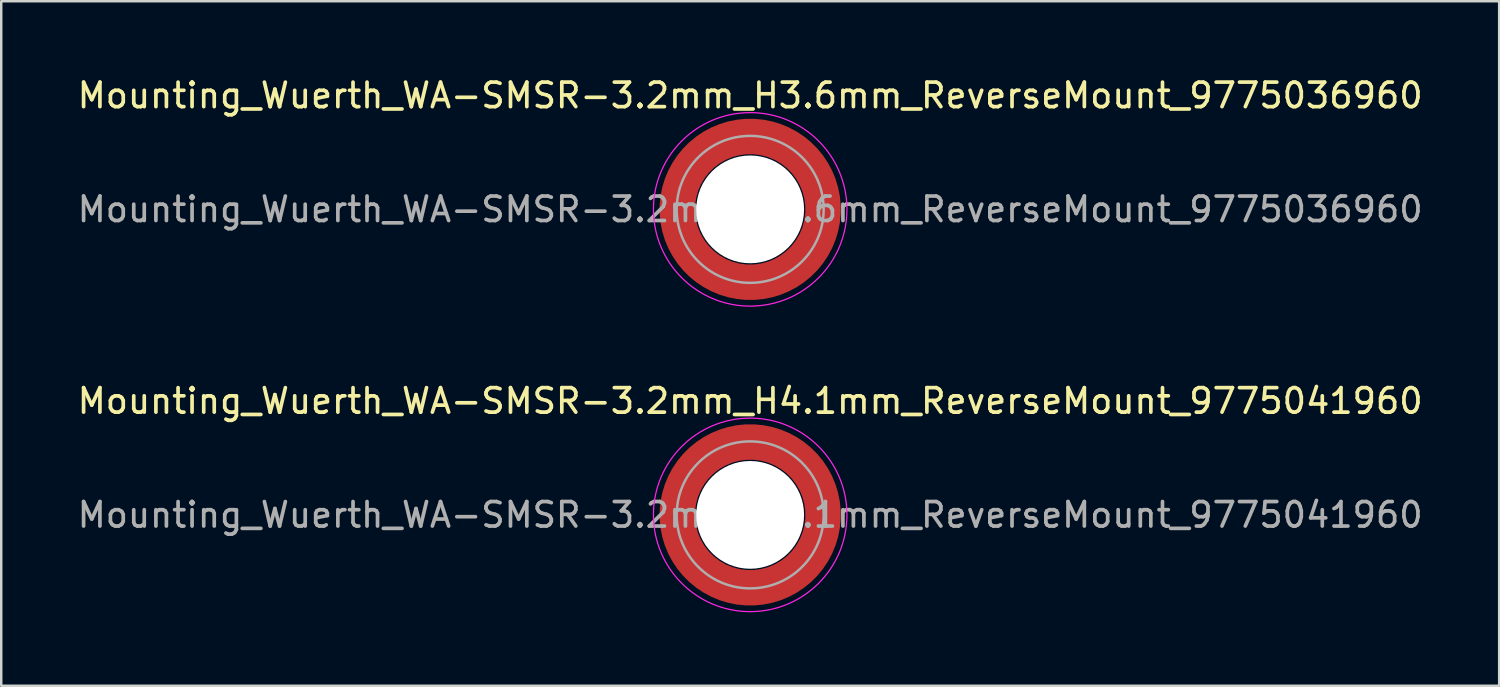
<source format=kicad_pcb>
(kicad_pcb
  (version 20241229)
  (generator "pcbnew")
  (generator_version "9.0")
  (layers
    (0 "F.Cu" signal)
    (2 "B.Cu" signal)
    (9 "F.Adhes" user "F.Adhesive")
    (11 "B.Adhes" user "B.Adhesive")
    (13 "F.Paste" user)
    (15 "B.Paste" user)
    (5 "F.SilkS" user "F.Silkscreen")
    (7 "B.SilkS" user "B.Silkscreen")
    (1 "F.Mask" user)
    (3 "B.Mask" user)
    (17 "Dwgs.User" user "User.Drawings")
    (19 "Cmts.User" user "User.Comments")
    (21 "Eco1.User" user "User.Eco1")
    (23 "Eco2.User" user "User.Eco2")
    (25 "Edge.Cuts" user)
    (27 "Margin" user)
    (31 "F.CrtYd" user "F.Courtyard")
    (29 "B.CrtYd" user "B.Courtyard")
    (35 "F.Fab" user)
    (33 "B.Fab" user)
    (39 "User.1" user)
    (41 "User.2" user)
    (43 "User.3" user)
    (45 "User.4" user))
  (footprint "Mounting_Wuerth_WA-SMSR-3.2mm_H4.1mm_ReverseMount_9775041960"
    (layer "F.Cu")
    (at 27.577 17.971)
    (property "Reference" "Mounting_Wuerth_WA-SMSR-3.2mm_H4.1mm_ReverseMount_9775041960" (at 0 -4.65 0) (layer "F.SilkS") (effects (font (size 1 1) (thickness 0.15))))
    (attr smd)
    (fp_circle (center 0 0) (end 3.95 0) (stroke (width 0.05) (type solid)) (fill no) (layer "F.CrtYd"))
    (fp_circle (center 0 0) (end 3 0) (stroke (width 0.1) (type solid)) (fill no) (layer "F.Fab"))
    (fp_text user "${REFERENCE}" (at 0 0 0) (layer "F.Fab") (effects (font (size 1 1) (thickness 0.15))))
    (pad "" smd custom (at -2.095 -2.095) (size 0.945 0.945) (layers "F.Paste") (options (anchor circle)) (primitives (gr_arc (start -0.24231 1.594804) (mid 0.404819 0.404819) (end 1.594804 -0.24231) (width 0.2)) (gr_arc (start -0.3398 1.594804) (mid 0.337349 0.337349) (end 1.594804 -0.3398) (width 0.2)) (gr_arc (start -0.437132 1.594804) (mid 0.269879 0.269879) (end 1.594804 -0.437132) (width 0.2)) (gr_arc (start -0.534324 1.594804) (mid 0.202409 0.202409) (end 1.594804 -0.534324) (width 0.2)) (gr_arc (start -0.631391 1.594804) (mid 0.134939 0.134939) (end 1.594804 -0.631391) (width 0.2)) (gr_arc (start -0.728345 1.594804) (mid 0.06747 0.06747) (end 1.594804 -0.728345) (width 0.2)) (gr_arc (start -0.825197 1.594804) (mid 0 0) (end 1.594804 -0.825197) (width 0.2)) (gr_arc (start -0.921958 1.594804) (mid -0.067469 -0.067469) (end 1.594804 -0.921958) (width 0.2)) (gr_arc (start -1.018637 1.594804) (mid -0.13494 -0.13494) (end 1.594804 -1.018637) (width 0.2)) (gr_arc (start -1.115239 1.594804) (mid -0.202409 -0.202409) (end 1.594804 -1.115239) (width 0.2)) (gr_arc (start -1.211773 1.594804) (mid -0.269879 -0.269879) (end 1.594804 -1.211773) (width 0.2)) (gr_arc (start -1.308244 1.594804) (mid -0.337349 -0.337349) (end 1.594804 -1.308244) (width 0.2)) (gr_arc (start -1.404657 1.594804) (mid -0.404819 -0.404819) (end 1.594804 -1.404657) (width 0.2)) (gr_arc (start -1.404657 1.594804) (mid -0.404819 -0.404819) (end 1.594804 -1.404657) (width 0.2)) (gr_line (start 1.595 -0.242) (end 1.595 -1.405) (width 0.2)) (gr_line (start -0.242 1.595) (end -1.405 1.595) (width 0.2))))
    (pad "" smd custom (at -2.095 2.095) (size 0.945 0.945) (layers "F.Paste") (options (anchor circle)) (primitives (gr_arc (start 1.594804 0.24231) (mid 0.404819 -0.404819) (end -0.24231 -1.594804) (width 0.2)) (gr_arc (start 1.594804 0.3398) (mid 0.337349 -0.337349) (end -0.3398 -1.594804) (width 0.2)) (gr_arc (start 1.594804 0.437132) (mid 0.269879 -0.269879) (end -0.437132 -1.594804) (width 0.2)) (gr_arc (start 1.594804 0.534324) (mid 0.202409 -0.202409) (end -0.534324 -1.594804) (width 0.2)) (gr_arc (start 1.594804 0.631391) (mid 0.134939 -0.134939) (end -0.631391 -1.594804) (width 0.2)) (gr_arc (start 1.594804 0.728345) (mid 0.06747 -0.06747) (end -0.728345 -1.594804) (width 0.2)) (gr_arc (start 1.594804 0.825197) (mid 0 0) (end -0.825197 -1.594804) (width 0.2)) (gr_arc (start 1.594804 0.921958) (mid -0.067469 0.067469) (end -0.921958 -1.594804) (width 0.2)) (gr_arc (start 1.594804 1.018637) (mid -0.13494 0.13494) (end -1.018637 -1.594804) (width 0.2)) (gr_arc (start 1.594804 1.115239) (mid -0.202409 0.202409) (end -1.115239 -1.594804) (width 0.2)) (gr_arc (start 1.594804 1.211773) (mid -0.269879 0.269879) (end -1.211773 -1.594804) (width 0.2)) (gr_arc (start 1.594804 1.308244) (mid -0.337349 0.337349) (end -1.308244 -1.594804) (width 0.2)) (gr_arc (start 1.594804 1.404657) (mid -0.404819 0.404819) (end -1.404657 -1.594804) (width 0.2)) (gr_arc (start 1.594804 1.404657) (mid -0.404819 0.404819) (end -1.404657 -1.594804) (width 0.2)) (gr_line (start -0.242 -1.595) (end -1.405 -1.595) (width 0.2)) (gr_line (start 1.595 0.242) (end 1.595 1.405) (width 0.2))))
    (pad "" np_thru_hole circle (at 0 0) (size 4.4 4.4) (drill 4.4) (layers "*.Cu" "*.Mask"))
    (pad "" smd custom (at 2.095 -2.095) (size 0.945 0.945) (layers "F.Paste") (options (anchor circle)) (primitives (gr_arc (start -1.594804 -0.24231) (mid -0.404819 0.404819) (end 0.24231 1.594804) (width 0.2)) (gr_arc (start -1.594804 -0.3398) (mid -0.337349 0.337349) (end 0.3398 1.594804) (width 0.2)) (gr_arc (start -1.594804 -0.437132) (mid -0.269879 0.269879) (end 0.437132 1.594804) (width 0.2)) (gr_arc (start -1.594804 -0.534324) (mid -0.202409 0.202409) (end 0.534324 1.594804) (width 0.2)) (gr_arc (start -1.594804 -0.631391) (mid -0.134939 0.134939) (end 0.631391 1.594804) (width 0.2)) (gr_arc (start -1.594804 -0.728345) (mid -0.06747 0.06747) (end 0.728345 1.594804) (width 0.2)) (gr_arc (start -1.594804 -0.825197) (mid 0 0) (end 0.825197 1.594804) (width 0.2)) (gr_arc (start -1.594804 -0.921958) (mid 0.067469 -0.067469) (end 0.921958 1.594804) (width 0.2)) (gr_arc (start -1.594804 -1.018637) (mid 0.13494 -0.13494) (end 1.018637 1.594804) (width 0.2)) (gr_arc (start -1.594804 -1.115239) (mid 0.202409 -0.202409) (end 1.115239 1.594804) (width 0.2)) (gr_arc (start -1.594804 -1.211773) (mid 0.269879 -0.269879) (end 1.211773 1.594804) (width 0.2)) (gr_arc (start -1.594804 -1.308244) (mid 0.337349 -0.337349) (end 1.308244 1.594804) (width 0.2)) (gr_arc (start -1.594804 -1.404657) (mid 0.404819 -0.404819) (end 1.404657 1.594804) (width 0.2)) (gr_arc (start -1.594804 -1.404657) (mid 0.404819 -0.404819) (end 1.404657 1.594804) (width 0.2)) (gr_line (start 0.242 1.595) (end 1.405 1.595) (width 0.2)) (gr_line (start -1.595 -0.242) (end -1.595 -1.405) (width 0.2))))
    (pad "" smd custom (at 2.095 2.095) (size 0.945 0.945) (layers "F.Paste") (options (anchor circle)) (primitives (gr_arc (start 0.24231 -1.594804) (mid -0.404819 -0.404819) (end -1.594804 0.24231) (width 0.2)) (gr_arc (start 0.3398 -1.594804) (mid -0.337349 -0.337349) (end -1.594804 0.3398) (width 0.2)) (gr_arc (start 0.437132 -1.594804) (mid -0.269879 -0.269879) (end -1.594804 0.437132) (width 0.2)) (gr_arc (start 0.534324 -1.594804) (mid -0.202409 -0.202409) (end -1.594804 0.534324) (width 0.2)) (gr_arc (start 0.631391 -1.594804) (mid -0.134939 -0.134939) (end -1.594804 0.631391) (width 0.2)) (gr_arc (start 0.728345 -1.594804) (mid -0.06747 -0.06747) (end -1.594804 0.728345) (width 0.2)) (gr_arc (start 0.825197 -1.594804) (mid 0 0) (end -1.594804 0.825197) (width 0.2)) (gr_arc (start 0.921958 -1.594804) (mid 0.067469 0.067469) (end -1.594804 0.921958) (width 0.2)) (gr_arc (start 1.018637 -1.594804) (mid 0.13494 0.13494) (end -1.594804 1.018637) (width 0.2)) (gr_arc (start 1.115239 -1.594804) (mid 0.202409 0.202409) (end -1.594804 1.115239) (width 0.2)) (gr_arc (start 1.211773 -1.594804) (mid 0.269879 0.269879) (end -1.594804 1.211773) (width 0.2)) (gr_arc (start 1.308244 -1.594804) (mid 0.337349 0.337349) (end -1.594804 1.308244) (width 0.2)) (gr_arc (start 1.404657 -1.594804) (mid 0.404819 0.404819) (end -1.594804 1.404657) (width 0.2)) (gr_arc (start 1.404657 -1.594804) (mid 0.404819 0.404819) (end -1.594804 1.404657) (width 0.2)) (gr_line (start -1.595 0.242) (end -1.595 1.405) (width 0.2)) (gr_line (start 0.242 -1.595) (end 1.405 -1.595) (width 0.2))))
    (pad "1" smd circle (at -2.975 0) (size 1.05 1.05) (layers "F.Cu"))
    (pad "1" smd circle (at 0 -2.975) (size 1.05 1.05) (layers "F.Cu"))
    (pad "1" smd circle (at 0 2.975) (size 1.05 1.05) (layers "F.Cu"))
    (pad "1" smd custom (at 2.975 0) (size 1.05 1.05) (layers "F.Cu" "F.Mask") (options (anchor circle)) (primitives (gr_circle (center -2.975 0) (end 0 0) (width 1.45) (fill no)))))
  (footprint "Mounting_Wuerth_WA-SMSR-3.2mm_H3.6mm_ReverseMount_9775036960"
    (layer "F.Cu")
    (at 27.577 5.498)
    (property "Reference" "Mounting_Wuerth_WA-SMSR-3.2mm_H3.6mm_ReverseMount_9775036960" (at 0 -4.65 0) (layer "F.SilkS") (effects (font (size 1 1) (thickness 0.15))))
    (attr smd)
    (fp_circle (center 0 0) (end 3.95 0) (stroke (width 0.05) (type solid)) (fill no) (layer "F.CrtYd"))
    (fp_circle (center 0 0) (end 3 0) (stroke (width 0.1) (type solid)) (fill no) (layer "F.Fab"))
    (fp_text user "${REFERENCE}" (at 0 0 0) (layer "F.Fab") (effects (font (size 1 1) (thickness 0.15))))
    (pad "" smd custom (at -2.095 -2.095) (size 0.945 0.945) (layers "F.Paste") (options (anchor circle)) (primitives (gr_arc (start -0.24231 1.594804) (mid 0.404819 0.404819) (end 1.594804 -0.24231) (width 0.2)) (gr_arc (start -0.3398 1.594804) (mid 0.337349 0.337349) (end 1.594804 -0.3398) (width 0.2)) (gr_arc (start -0.437132 1.594804) (mid 0.269879 0.269879) (end 1.594804 -0.437132) (width 0.2)) (gr_arc (start -0.534324 1.594804) (mid 0.202409 0.202409) (end 1.594804 -0.534324) (width 0.2)) (gr_arc (start -0.631391 1.594804) (mid 0.134939 0.134939) (end 1.594804 -0.631391) (width 0.2)) (gr_arc (start -0.728345 1.594804) (mid 0.06747 0.06747) (end 1.594804 -0.728345) (width 0.2)) (gr_arc (start -0.825197 1.594804) (mid 0 0) (end 1.594804 -0.825197) (width 0.2)) (gr_arc (start -0.921958 1.594804) (mid -0.067469 -0.067469) (end 1.594804 -0.921958) (width 0.2)) (gr_arc (start -1.018637 1.594804) (mid -0.13494 -0.13494) (end 1.594804 -1.018637) (width 0.2)) (gr_arc (start -1.115239 1.594804) (mid -0.202409 -0.202409) (end 1.594804 -1.115239) (width 0.2)) (gr_arc (start -1.211773 1.594804) (mid -0.269879 -0.269879) (end 1.594804 -1.211773) (width 0.2)) (gr_arc (start -1.308244 1.594804) (mid -0.337349 -0.337349) (end 1.594804 -1.308244) (width 0.2)) (gr_arc (start -1.404657 1.594804) (mid -0.404819 -0.404819) (end 1.594804 -1.404657) (width 0.2)) (gr_arc (start -1.404657 1.594804) (mid -0.404819 -0.404819) (end 1.594804 -1.404657) (width 0.2)) (gr_line (start 1.595 -0.242) (end 1.595 -1.405) (width 0.2)) (gr_line (start -0.242 1.595) (end -1.405 1.595) (width 0.2))))
    (pad "" smd custom (at -2.095 2.095) (size 0.945 0.945) (layers "F.Paste") (options (anchor circle)) (primitives (gr_arc (start 1.594804 0.24231) (mid 0.404819 -0.404819) (end -0.24231 -1.594804) (width 0.2)) (gr_arc (start 1.594804 0.3398) (mid 0.337349 -0.337349) (end -0.3398 -1.594804) (width 0.2)) (gr_arc (start 1.594804 0.437132) (mid 0.269879 -0.269879) (end -0.437132 -1.594804) (width 0.2)) (gr_arc (start 1.594804 0.534324) (mid 0.202409 -0.202409) (end -0.534324 -1.594804) (width 0.2)) (gr_arc (start 1.594804 0.631391) (mid 0.134939 -0.134939) (end -0.631391 -1.594804) (width 0.2)) (gr_arc (start 1.594804 0.728345) (mid 0.06747 -0.06747) (end -0.728345 -1.594804) (width 0.2)) (gr_arc (start 1.594804 0.825197) (mid 0 0) (end -0.825197 -1.594804) (width 0.2)) (gr_arc (start 1.594804 0.921958) (mid -0.067469 0.067469) (end -0.921958 -1.594804) (width 0.2)) (gr_arc (start 1.594804 1.018637) (mid -0.13494 0.13494) (end -1.018637 -1.594804) (width 0.2)) (gr_arc (start 1.594804 1.115239) (mid -0.202409 0.202409) (end -1.115239 -1.594804) (width 0.2)) (gr_arc (start 1.594804 1.211773) (mid -0.269879 0.269879) (end -1.211773 -1.594804) (width 0.2)) (gr_arc (start 1.594804 1.308244) (mid -0.337349 0.337349) (end -1.308244 -1.594804) (width 0.2)) (gr_arc (start 1.594804 1.404657) (mid -0.404819 0.404819) (end -1.404657 -1.594804) (width 0.2)) (gr_arc (start 1.594804 1.404657) (mid -0.404819 0.404819) (end -1.404657 -1.594804) (width 0.2)) (gr_line (start -0.242 -1.595) (end -1.405 -1.595) (width 0.2)) (gr_line (start 1.595 0.242) (end 1.595 1.405) (width 0.2))))
    (pad "" np_thru_hole circle (at 0 0) (size 4.4 4.4) (drill 4.4) (layers "*.Cu" "*.Mask"))
    (pad "" smd custom (at 2.095 -2.095) (size 0.945 0.945) (layers "F.Paste") (options (anchor circle)) (primitives (gr_arc (start -1.594804 -0.24231) (mid -0.404819 0.404819) (end 0.24231 1.594804) (width 0.2)) (gr_arc (start -1.594804 -0.3398) (mid -0.337349 0.337349) (end 0.3398 1.594804) (width 0.2)) (gr_arc (start -1.594804 -0.437132) (mid -0.269879 0.269879) (end 0.437132 1.594804) (width 0.2)) (gr_arc (start -1.594804 -0.534324) (mid -0.202409 0.202409) (end 0.534324 1.594804) (width 0.2)) (gr_arc (start -1.594804 -0.631391) (mid -0.134939 0.134939) (end 0.631391 1.594804) (width 0.2)) (gr_arc (start -1.594804 -0.728345) (mid -0.06747 0.06747) (end 0.728345 1.594804) (width 0.2)) (gr_arc (start -1.594804 -0.825197) (mid 0 0) (end 0.825197 1.594804) (width 0.2)) (gr_arc (start -1.594804 -0.921958) (mid 0.067469 -0.067469) (end 0.921958 1.594804) (width 0.2)) (gr_arc (start -1.594804 -1.018637) (mid 0.13494 -0.13494) (end 1.018637 1.594804) (width 0.2)) (gr_arc (start -1.594804 -1.115239) (mid 0.202409 -0.202409) (end 1.115239 1.594804) (width 0.2)) (gr_arc (start -1.594804 -1.211773) (mid 0.269879 -0.269879) (end 1.211773 1.594804) (width 0.2)) (gr_arc (start -1.594804 -1.308244) (mid 0.337349 -0.337349) (end 1.308244 1.594804) (width 0.2)) (gr_arc (start -1.594804 -1.404657) (mid 0.404819 -0.404819) (end 1.404657 1.594804) (width 0.2)) (gr_arc (start -1.594804 -1.404657) (mid 0.404819 -0.404819) (end 1.404657 1.594804) (width 0.2)) (gr_line (start 0.242 1.595) (end 1.405 1.595) (width 0.2)) (gr_line (start -1.595 -0.242) (end -1.595 -1.405) (width 0.2))))
    (pad "" smd custom (at 2.095 2.095) (size 0.945 0.945) (layers "F.Paste") (options (anchor circle)) (primitives (gr_arc (start 0.24231 -1.594804) (mid -0.404819 -0.404819) (end -1.594804 0.24231) (width 0.2)) (gr_arc (start 0.3398 -1.594804) (mid -0.337349 -0.337349) (end -1.594804 0.3398) (width 0.2)) (gr_arc (start 0.437132 -1.594804) (mid -0.269879 -0.269879) (end -1.594804 0.437132) (width 0.2)) (gr_arc (start 0.534324 -1.594804) (mid -0.202409 -0.202409) (end -1.594804 0.534324) (width 0.2)) (gr_arc (start 0.631391 -1.594804) (mid -0.134939 -0.134939) (end -1.594804 0.631391) (width 0.2)) (gr_arc (start 0.728345 -1.594804) (mid -0.06747 -0.06747) (end -1.594804 0.728345) (width 0.2)) (gr_arc (start 0.825197 -1.594804) (mid 0 0) (end -1.594804 0.825197) (width 0.2)) (gr_arc (start 0.921958 -1.594804) (mid 0.067469 0.067469) (end -1.594804 0.921958) (width 0.2)) (gr_arc (start 1.018637 -1.594804) (mid 0.13494 0.13494) (end -1.594804 1.018637) (width 0.2)) (gr_arc (start 1.115239 -1.594804) (mid 0.202409 0.202409) (end -1.594804 1.115239) (width 0.2)) (gr_arc (start 1.211773 -1.594804) (mid 0.269879 0.269879) (end -1.594804 1.211773) (width 0.2)) (gr_arc (start 1.308244 -1.594804) (mid 0.337349 0.337349) (end -1.594804 1.308244) (width 0.2)) (gr_arc (start 1.404657 -1.594804) (mid 0.404819 0.404819) (end -1.594804 1.404657) (width 0.2)) (gr_arc (start 1.404657 -1.594804) (mid 0.404819 0.404819) (end -1.594804 1.404657) (width 0.2)) (gr_line (start -1.595 0.242) (end -1.595 1.405) (width 0.2)) (gr_line (start 0.242 -1.595) (end 1.405 -1.595) (width 0.2))))
    (pad "1" smd circle (at -2.975 0) (size 1.05 1.05) (layers "F.Cu"))
    (pad "1" smd circle (at 0 -2.975) (size 1.05 1.05) (layers "F.Cu"))
    (pad "1" smd circle (at 0 2.975) (size 1.05 1.05) (layers "F.Cu"))
    (pad "1" smd custom (at 2.975 0) (size 1.05 1.05) (layers "F.Cu" "F.Mask") (options (anchor circle)) (primitives (gr_circle (center -2.975 0) (end 0 0) (width 1.45) (fill no)))))
  (gr_rect
    (start -3 -3)
    (end 58.155 24.947)
    (stroke (width 0.1) (type default))
    (fill no)
    (layer "Edge.Cuts")))
</source>
